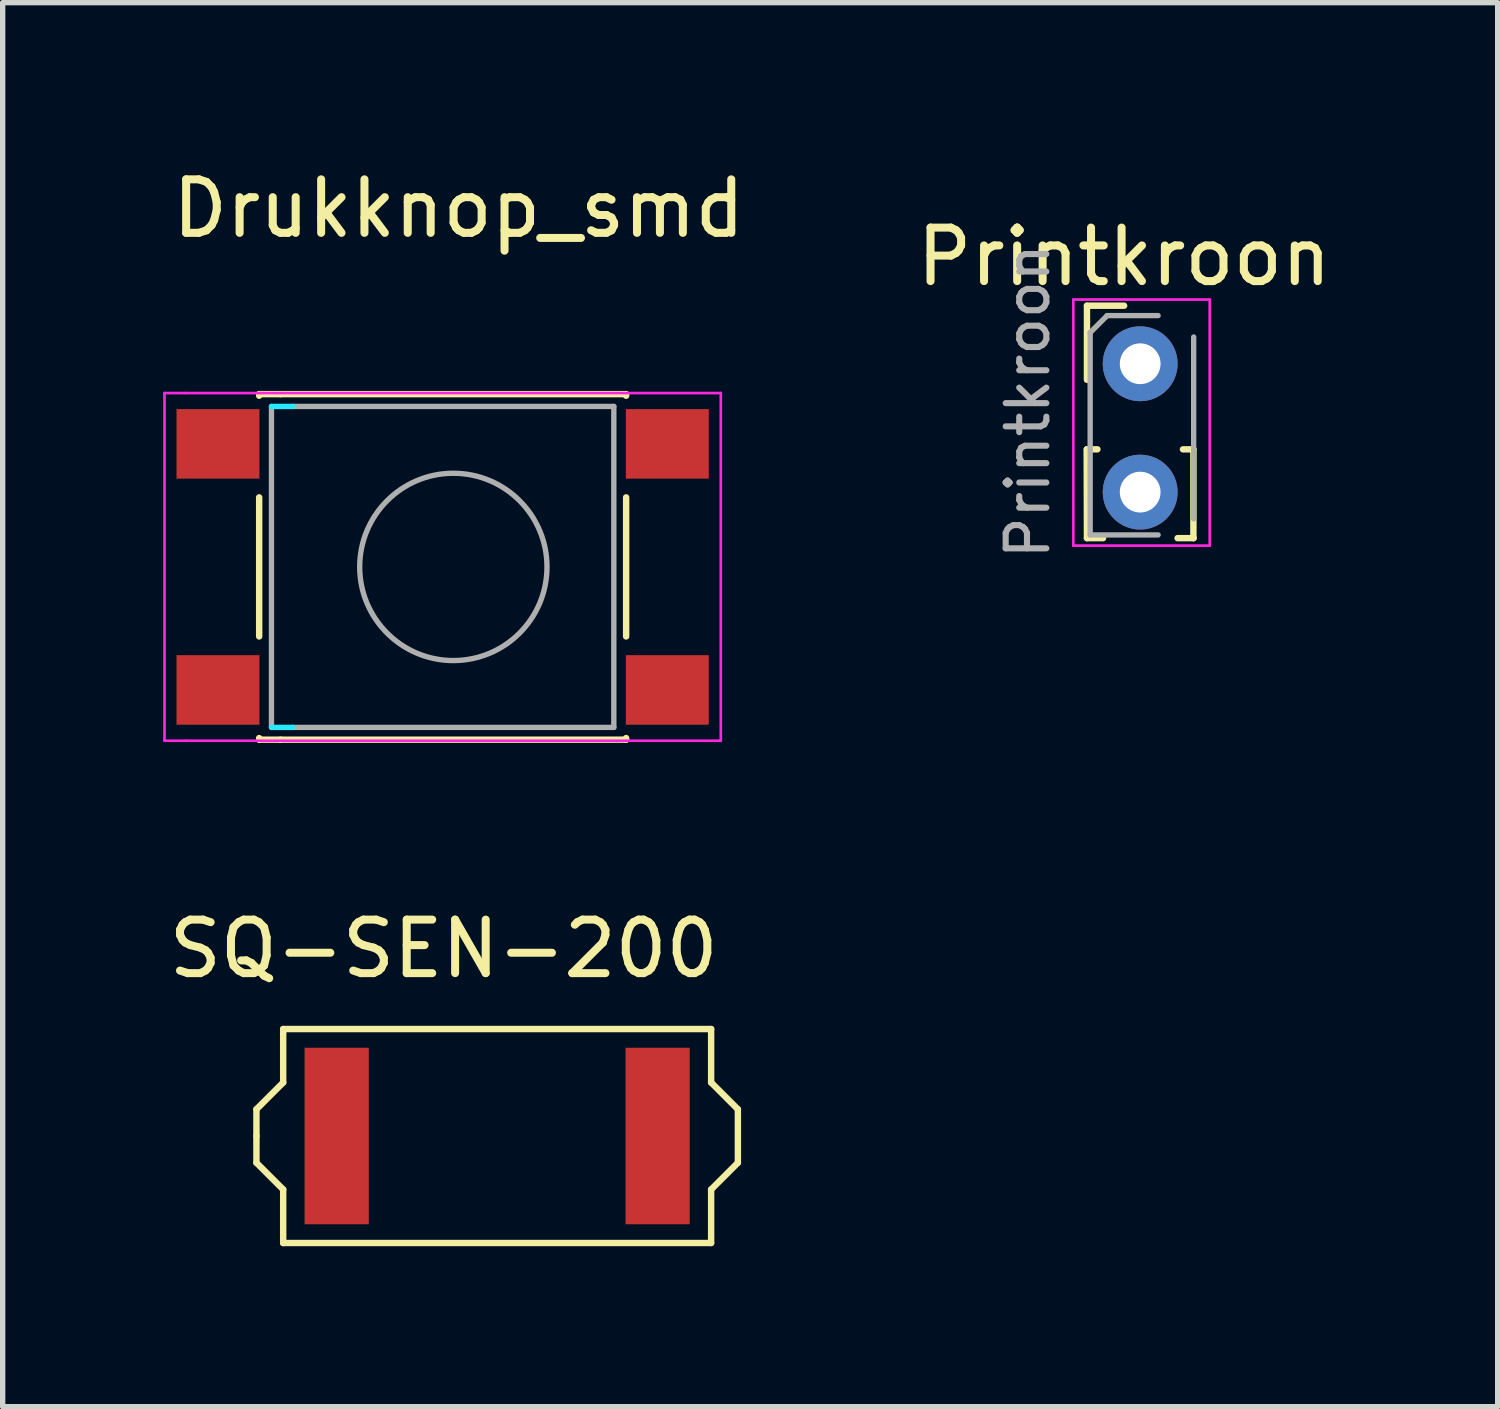
<source format=kicad_pcb>
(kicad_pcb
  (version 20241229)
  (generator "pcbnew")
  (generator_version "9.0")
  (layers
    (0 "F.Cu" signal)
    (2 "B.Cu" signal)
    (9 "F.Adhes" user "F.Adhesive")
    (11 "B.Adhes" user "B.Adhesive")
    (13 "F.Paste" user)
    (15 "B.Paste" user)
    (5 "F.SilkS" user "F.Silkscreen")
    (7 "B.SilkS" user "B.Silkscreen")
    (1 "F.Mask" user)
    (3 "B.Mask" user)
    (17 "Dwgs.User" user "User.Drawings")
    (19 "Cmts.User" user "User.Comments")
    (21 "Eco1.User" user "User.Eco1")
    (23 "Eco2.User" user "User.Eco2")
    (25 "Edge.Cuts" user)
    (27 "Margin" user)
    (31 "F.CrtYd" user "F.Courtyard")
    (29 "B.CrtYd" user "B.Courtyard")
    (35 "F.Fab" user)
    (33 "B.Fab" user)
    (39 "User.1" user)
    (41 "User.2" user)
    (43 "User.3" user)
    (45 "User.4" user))
  (footprint "Drukknop_smd"
    (layer "F.Cu")
    (at 2.225 0.648)
    (property "Reference" "Drukknop_smd" (at 3.3 0.2 0) (layer "F.SilkS") (effects (font (size 1 1) (thickness 0.15))))
    (attr through_hole)
    (fp_line (start -0.43 3.7) (end -0.43 3.67) (stroke (width 0.12) (type solid)) (layer "F.SilkS"))
    (fp_line (start -0.43 5.6) (end -0.43 8.2) (stroke (width 0.12) (type solid)) (layer "F.SilkS"))
    (fp_line (start -0.43 10.13) (end -0.43 10.1) (stroke (width 0.12) (type solid)) (layer "F.SilkS"))
    (fp_line (start -0.03 3.67) (end -0.43 3.67) (stroke (width 0.12) (type solid)) (layer "F.SilkS"))
    (fp_line (start -0.03 3.67) (end 6.43 3.67) (stroke (width 0.12) (type solid)) (layer "F.SilkS"))
    (fp_line (start -0.03 10.13) (end -0.43 10.13) (stroke (width 0.12) (type solid)) (layer "F.SilkS"))
    (fp_line (start -0.03 10.13) (end 6.43 10.13) (stroke (width 0.12) (type solid)) (layer "F.SilkS"))
    (fp_line (start 6.43 3.67) (end 6.43 3.7) (stroke (width 0.12) (type solid)) (layer "F.SilkS"))
    (fp_line (start 6.43 5.6) (end 6.43 8.2) (stroke (width 0.12) (type solid)) (layer "F.SilkS"))
    (fp_line (start 6.43 10.13) (end 6.43 10.1) (stroke (width 0.12) (type solid)) (layer "F.SilkS"))
    (fp_line (start 0.2 3.9) (end -0.2 3.9) (stroke (width 0.1) (type solid)) (layer "B.CrtYd"))
    (fp_line (start 0.2 9.9) (end -0.2 9.9) (stroke (width 0.1) (type solid)) (layer "B.CrtYd"))
    (fp_line (start -2.2 3.65) (end -2.2 10.15) (stroke (width 0.05) (type solid)) (layer "F.CrtYd"))
    (fp_line (start -1.8 3.65) (end -2.2 3.65) (stroke (width 0.05) (type solid)) (layer "F.CrtYd"))
    (fp_line (start -1.8 3.65) (end 8.2 3.65) (stroke (width 0.05) (type solid)) (layer "F.CrtYd"))
    (fp_line (start -1.8 10.15) (end -2.2 10.15) (stroke (width 0.05) (type solid)) (layer "F.CrtYd"))
    (fp_line (start -1.8 10.15) (end 8.2 10.15) (stroke (width 0.05) (type solid)) (layer "F.CrtYd"))
    (fp_line (start 8.2 10.15) (end 8.2 3.65) (stroke (width 0.05) (type solid)) (layer "F.CrtYd"))
    (fp_line (start -0.2 3.9) (end -0.2 9.9) (stroke (width 0.1) (type solid)) (layer "F.Fab"))
    (fp_line (start 0.2 9.9) (end 6.2 9.9) (stroke (width 0.1) (type solid)) (layer "F.Fab"))
    (fp_line (start 6.2 3.9) (end 0.2 3.9) (stroke (width 0.1) (type solid)) (layer "F.Fab"))
    (fp_line (start 6.2 9.9) (end 6.2 3.9) (stroke (width 0.1) (type solid)) (layer "F.Fab"))
    (fp_circle (center 3.2 6.9) (end 4.95 6.85) (stroke (width 0.1) (type solid)) (fill no) (layer "F.Fab"))
    (pad "1" smd rect (at 7.2 4.6) (size 1.55 1.3) (layers "F.Cu" "F.Mask" "F.Paste"))
    (pad "2" smd rect (at 7.2 9.2) (size 1.55 1.3) (layers "F.Cu" "F.Mask" "F.Paste"))
    (pad "3" smd rect (at -1.2 4.6) (size 1.55 1.3) (layers "F.Cu" "F.Mask" "F.Paste"))
    (pad "4" smd rect (at -1.2 9.2) (size 1.55 1.3) (layers "F.Cu" "F.Mask" "F.Paste")))
  (footprint "Printkroon"
    (layer "F.Cu")
    (at 17.965 0.25)
    (property "Reference" "Printkroon" (at 0 1.5 0) (layer "F.SilkS") (effects (font (size 1 1) (thickness 0.15))))
    (attr through_hole)
    (fp_line (start -0.7 5.1) (end -0.695 6.76) (stroke (width 0.12) (type solid)) (layer "F.SilkS"))
    (fp_line (start -0.695 2.415) (end 0 2.415) (stroke (width 0.12) (type solid)) (layer "F.SilkS"))
    (fp_line (start -0.695 3.8) (end -0.695 2.415) (stroke (width 0.12) (type solid)) (layer "F.SilkS"))
    (fp_line (start -0.695 5.1) (end -0.5 5.1) (stroke (width 0.12) (type solid)) (layer "F.SilkS"))
    (fp_line (start -0.695 6.76) (end -0.394 6.76) (stroke (width 0.12) (type solid)) (layer "F.SilkS"))
    (fp_line (start 0.999 6.76) (end 1.3 6.76) (stroke (width 0.12) (type solid)) (layer "F.SilkS"))
    (fp_line (start 1.1 5.1) (end 1.295 5.1) (stroke (width 0.12) (type solid)) (layer "F.SilkS"))
    (fp_line (start 1.295 5.1) (end 1.295 6.76) (stroke (width 0.12) (type solid)) (layer "F.SilkS"))
    (fp_line (start -0.95 2.3) (end -0.95 6.9) (stroke (width 0.05) (type solid)) (layer "F.CrtYd"))
    (fp_line (start -0.95 6.9) (end 1.6 6.9) (stroke (width 0.05) (type solid)) (layer "F.CrtYd"))
    (fp_line (start 1.6 2.3) (end -0.95 2.3) (stroke (width 0.05) (type solid)) (layer "F.CrtYd"))
    (fp_line (start 1.6 6.9) (end 1.6 2.3) (stroke (width 0.05) (type solid)) (layer "F.CrtYd"))
    (fp_line (start -0.635 2.917) (end -0.318 2.6) (stroke (width 0.1) (type solid)) (layer "F.Fab"))
    (fp_line (start -0.635 6.7) (end -0.635 2.917) (stroke (width 0.1) (type solid)) (layer "F.Fab"))
    (fp_line (start -0.318 2.6) (end 0.635 2.6) (stroke (width 0.1) (type solid)) (layer "F.Fab"))
    (fp_line (start 0.635 6.7) (end -0.635 6.7) (stroke (width 0.1) (type solid)) (layer "F.Fab"))
    (fp_line (start 1.3 3) (end 1.3 6.4) (stroke (width 0.1) (type solid)) (layer "F.Fab"))
    (fp_text user " " (at 0 1.94 0) (layer "F.SilkS") (effects (font (size 1 1) (thickness 0.15))))
    (fp_text user "${REFERENCE}" (at -1.8 4.2 90) (layer "F.Fab") (effects (font (size 0.76 0.76) (thickness 0.114))))
    (pad "1" thru_hole circle (at 0.3 3.5) (size 1.4 1.4) (drill 0.762) (layers "*.Cu" "*.Mask"))
    (pad "2" thru_hole circle (at 0.3 5.9) (size 1.4 1.4) (drill 0.762) (layers "*.Cu" "*.Mask")))
  (footprint "SQ-SEN-200"
    (layer "F.Cu")
    (at 5.244 14.187)
    (property "Reference" "SQ-SEN-200" (at 0 0.5 0) (layer "F.SilkS") (effects (font (size 1 1) (thickness 0.15))))
    (attr through_hole)
    (fp_line (start -3.5 3.5) (end -3.5 4) (stroke (width 0.12) (type solid)) (layer "F.SilkS"))
    (fp_line (start -3.5 4) (end -3.5 4.5) (stroke (width 0.12) (type solid)) (layer "F.SilkS"))
    (fp_line (start -3.5 4.5) (end -3 5) (stroke (width 0.12) (type solid)) (layer "F.SilkS"))
    (fp_line (start -3 2) (end -3 3) (stroke (width 0.12) (type solid)) (layer "F.SilkS"))
    (fp_line (start -3 3) (end -3.5 3.5) (stroke (width 0.12) (type solid)) (layer "F.SilkS"))
    (fp_line (start -3 5) (end -3 6) (stroke (width 0.12) (type solid)) (layer "F.SilkS"))
    (fp_line (start -3 6) (end 5 6) (stroke (width 0.12) (type solid)) (layer "F.SilkS"))
    (fp_line (start 5 2) (end -3 2) (stroke (width 0.12) (type solid)) (layer "F.SilkS"))
    (fp_line (start 5 3) (end 5 2) (stroke (width 0.12) (type solid)) (layer "F.SilkS"))
    (fp_line (start 5 5) (end 5.5 4.5) (stroke (width 0.12) (type solid)) (layer "F.SilkS"))
    (fp_line (start 5 6) (end 5 5) (stroke (width 0.12) (type solid)) (layer "F.SilkS"))
    (fp_line (start 5.5 3.5) (end 5 3) (stroke (width 0.12) (type solid)) (layer "F.SilkS"))
    (fp_line (start 5.5 4.5) (end 5.5 3.5) (stroke (width 0.12) (type solid)) (layer "F.SilkS"))
    (pad "1" smd rect (at -2 4) (size 1.2 3.3) (layers "F.Cu" "F.Mask" "F.Paste"))
    (pad "2" smd rect (at 4 4) (size 1.2 3.3) (layers "F.Cu" "F.Mask" "F.Paste")))
  (gr_rect
    (start -3 -3)
    (end 24.948 23.247)
    (stroke (width 0.1) (type default))
    (fill no)
    (layer "Edge.Cuts")))
</source>
